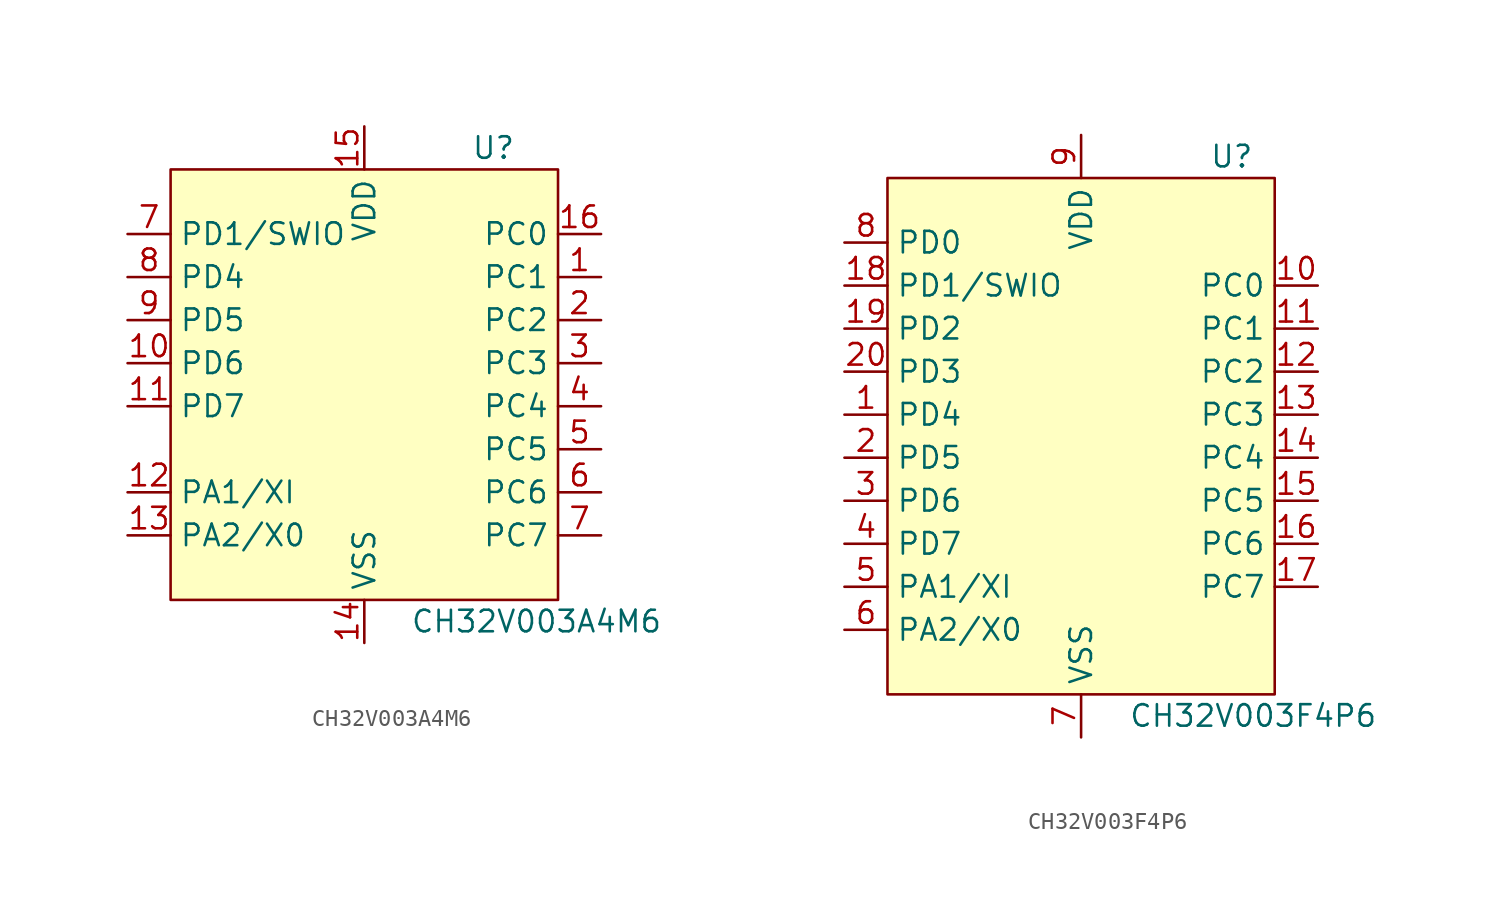
<source format=kicad_sym>
(kicad_symbol_lib
  (version 20220914)
  (generator kicad_symbol_editor)
  (symbol "CH32V003A4M6"
    (property "Reference" "U"
      (at 7.62 13.97 0)
      (effects (font (size 1.27 1.27))))
    (property "Value" "CH32V003A4M6"
      (at 10.16 -13.97 0)
      (effects (font (size 1.27 1.27))))
    (symbol "CH32V003A4M6_1_1"
      (rectangle (start -11.43 12.7) (end 11.43 -12.7) (stroke (width 0) (type default)) (fill (type background)))
      (pin bidirectional line (at 13.97 6.35 180) (length 2.54) (name "PC1" (effects (font (size 1.27 1.27)))) (number "1" (effects (font (size 1.27 1.27)))))
      (pin bidirectional line (at -13.97 1.27 0) (length 2.54) (name "PD6" (effects (font (size 1.27 1.27)))) (number "10" (effects (font (size 1.27 1.27)))))
      (pin bidirectional line (at -13.97 -1.27 0) (length 2.54) (name "PD7" (effects (font (size 1.27 1.27)))) (number "11" (effects (font (size 1.27 1.27)))))
      (pin bidirectional line (at -13.97 -6.35 0) (length 2.54) (name "PA1/XI" (effects (font (size 1.27 1.27)))) (number "12" (effects (font (size 1.27 1.27)))))
      (pin bidirectional line (at -13.97 -8.89 0) (length 2.54) (name "PA2/X0" (effects (font (size 1.27 1.27)))) (number "13" (effects (font (size 1.27 1.27)))))
      (pin power_in line (at 0 -15.24 90) (length 2.54) (name "VSS" (effects (font (size 1.27 1.27)))) (number "14" (effects (font (size 1.27 1.27)))))
      (pin power_in line (at 0 15.24 270) (length 2.54) (name "VDD" (effects (font (size 1.27 1.27)))) (number "15" (effects (font (size 1.27 1.27)))))
      (pin bidirectional line (at 13.97 8.89 180) (length 2.54) (name "PC0" (effects (font (size 1.27 1.27)))) (number "16" (effects (font (size 1.27 1.27)))))
      (pin bidirectional line (at 13.97 3.81 180) (length 2.54) (name "PC2" (effects (font (size 1.27 1.27)))) (number "2" (effects (font (size 1.27 1.27)))))
      (pin bidirectional line (at 13.97 1.27 180) (length 2.54) (name "PC3" (effects (font (size 1.27 1.27)))) (number "3" (effects (font (size 1.27 1.27)))))
      (pin bidirectional line (at 13.97 -1.27 180) (length 2.54) (name "PC4" (effects (font (size 1.27 1.27)))) (number "4" (effects (font (size 1.27 1.27)))))
      (pin bidirectional line (at 13.97 -3.81 180) (length 2.54) (name "PC5" (effects (font (size 1.27 1.27)))) (number "5" (effects (font (size 1.27 1.27)))))
      (pin bidirectional line (at 13.97 -6.35 180) (length 2.54) (name "PC6" (effects (font (size 1.27 1.27)))) (number "6" (effects (font (size 1.27 1.27)))))
      (pin bidirectional line (at 13.97 -8.89 180) (length 2.54) (name "PC7" (effects (font (size 1.27 1.27)))) (number "7" (effects (font (size 1.27 1.27)))))
      (pin bidirectional line (at -13.97 8.89 0) (length 2.54) (name "PD1/SWIO" (effects (font (size 1.27 1.27)))) (number "7" (effects (font (size 1.27 1.27)))))
      (pin bidirectional line (at -13.97 6.35 0) (length 2.54) (name "PD4" (effects (font (size 1.27 1.27)))) (number "8" (effects (font (size 1.27 1.27)))))
      (pin bidirectional line (at -13.97 3.81 0) (length 2.54) (name "PD5" (effects (font (size 1.27 1.27)))) (number "9" (effects (font (size 1.27 1.27)))))))
  (symbol "CH32V003F4P6"
    (property "Reference" "U"
      (at 8.89 16.51 0)
      (effects (font (size 1.27 1.27))))
    (property "Value" "CH32V003F4P6"
      (at 10.16 -16.51 0)
      (effects (font (size 1.27 1.27))))
    (symbol "CH32V003F4P6_1_1"
      (rectangle (start -11.43 15.24) (end 11.43 -15.24) (stroke (width 0) (type default)) (fill (type background)))
      (pin bidirectional line (at -13.97 1.27 0) (length 2.54) (name "PD4" (effects (font (size 1.27 1.27)))) (number "1" (effects (font (size 1.27 1.27)))))
      (pin bidirectional line (at 13.97 8.89 180) (length 2.54) (name "PC0" (effects (font (size 1.27 1.27)))) (number "10" (effects (font (size 1.27 1.27)))))
      (pin bidirectional line (at 13.97 6.35 180) (length 2.54) (name "PC1" (effects (font (size 1.27 1.27)))) (number "11" (effects (font (size 1.27 1.27)))))
      (pin bidirectional line (at 13.97 3.81 180) (length 2.54) (name "PC2" (effects (font (size 1.27 1.27)))) (number "12" (effects (font (size 1.27 1.27)))))
      (pin bidirectional line (at 13.97 1.27 180) (length 2.54) (name "PC3" (effects (font (size 1.27 1.27)))) (number "13" (effects (font (size 1.27 1.27)))))
      (pin bidirectional line (at 13.97 -1.27 180) (length 2.54) (name "PC4" (effects (font (size 1.27 1.27)))) (number "14" (effects (font (size 1.27 1.27)))))
      (pin bidirectional line (at 13.97 -3.81 180) (length 2.54) (name "PC5" (effects (font (size 1.27 1.27)))) (number "15" (effects (font (size 1.27 1.27)))))
      (pin bidirectional line (at 13.97 -6.35 180) (length 2.54) (name "PC6" (effects (font (size 1.27 1.27)))) (number "16" (effects (font (size 1.27 1.27)))))
      (pin bidirectional line (at 13.97 -8.89 180) (length 2.54) (name "PC7" (effects (font (size 1.27 1.27)))) (number "17" (effects (font (size 1.27 1.27)))))
      (pin bidirectional line (at -13.97 8.89 0) (length 2.54) (name "PD1/SWIO" (effects (font (size 1.27 1.27)))) (number "18" (effects (font (size 1.27 1.27)))))
      (pin bidirectional line (at -13.97 6.35 0) (length 2.54) (name "PD2" (effects (font (size 1.27 1.27)))) (number "19" (effects (font (size 1.27 1.27)))))
      (pin bidirectional line (at -13.97 -1.27 0) (length 2.54) (name "PD5" (effects (font (size 1.27 1.27)))) (number "2" (effects (font (size 1.27 1.27)))))
      (pin bidirectional line (at -13.97 3.81 0) (length 2.54) (name "PD3" (effects (font (size 1.27 1.27)))) (number "20" (effects (font (size 1.27 1.27)))))
      (pin bidirectional line (at -13.97 -3.81 0) (length 2.54) (name "PD6" (effects (font (size 1.27 1.27)))) (number "3" (effects (font (size 1.27 1.27)))))
      (pin bidirectional line (at -13.97 -6.35 0) (length 2.54) (name "PD7" (effects (font (size 1.27 1.27)))) (number "4" (effects (font (size 1.27 1.27)))))
      (pin bidirectional line (at -13.97 -8.89 0) (length 2.54) (name "PA1/XI" (effects (font (size 1.27 1.27)))) (number "5" (effects (font (size 1.27 1.27)))))
      (pin bidirectional line (at -13.97 -11.43 0) (length 2.54) (name "PA2/X0" (effects (font (size 1.27 1.27)))) (number "6" (effects (font (size 1.27 1.27)))))
      (pin power_in line (at 0 -17.78 90) (length 2.54) (name "VSS" (effects (font (size 1.27 1.27)))) (number "7" (effects (font (size 1.27 1.27)))))
      (pin bidirectional line (at -13.97 11.43 0) (length 2.54) (name "PD0" (effects (font (size 1.27 1.27)))) (number "8" (effects (font (size 1.27 1.27)))))
      (pin power_in line (at 0 17.78 270) (length 2.54) (name "VDD" (effects (font (size 1.27 1.27)))) (number "9" (effects (font (size 1.27 1.27))))))))
</source>
